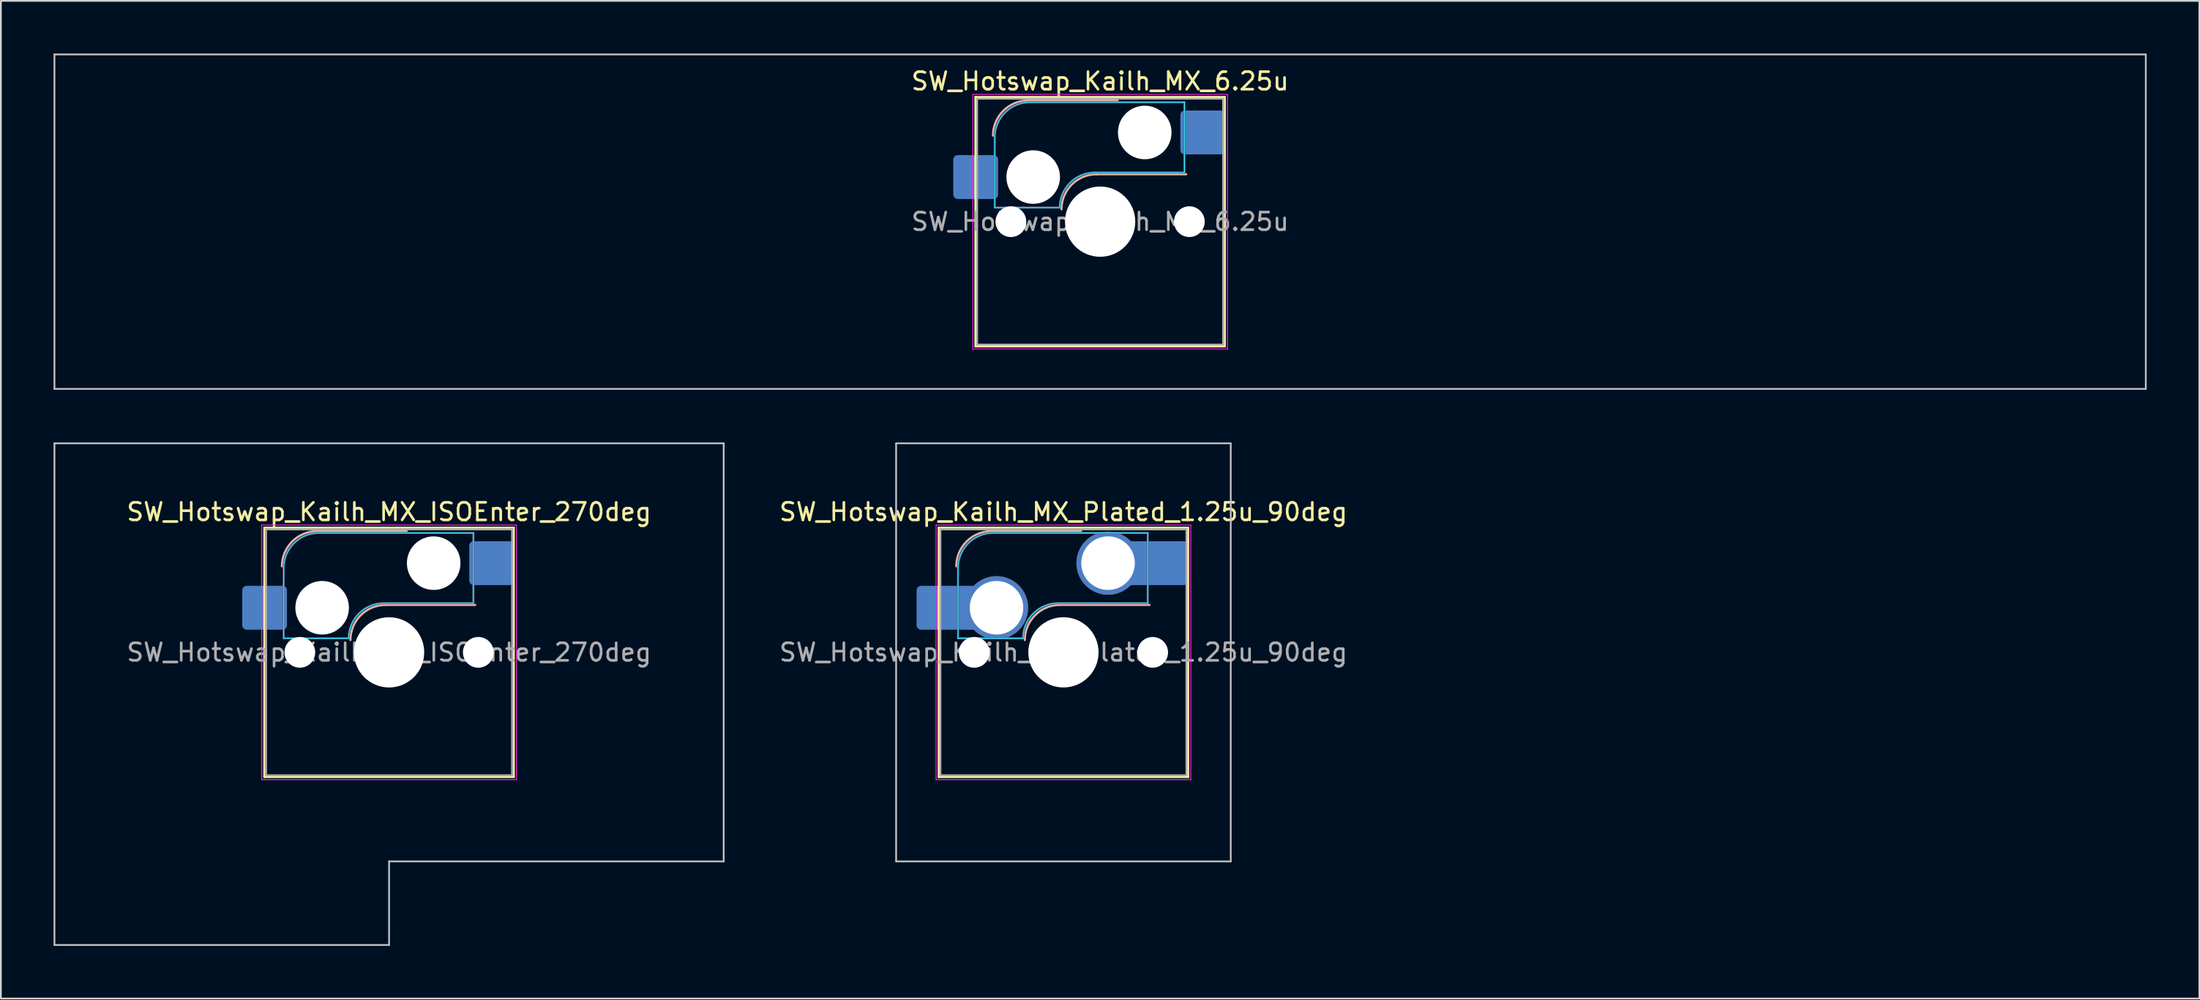
<source format=kicad_pcb>
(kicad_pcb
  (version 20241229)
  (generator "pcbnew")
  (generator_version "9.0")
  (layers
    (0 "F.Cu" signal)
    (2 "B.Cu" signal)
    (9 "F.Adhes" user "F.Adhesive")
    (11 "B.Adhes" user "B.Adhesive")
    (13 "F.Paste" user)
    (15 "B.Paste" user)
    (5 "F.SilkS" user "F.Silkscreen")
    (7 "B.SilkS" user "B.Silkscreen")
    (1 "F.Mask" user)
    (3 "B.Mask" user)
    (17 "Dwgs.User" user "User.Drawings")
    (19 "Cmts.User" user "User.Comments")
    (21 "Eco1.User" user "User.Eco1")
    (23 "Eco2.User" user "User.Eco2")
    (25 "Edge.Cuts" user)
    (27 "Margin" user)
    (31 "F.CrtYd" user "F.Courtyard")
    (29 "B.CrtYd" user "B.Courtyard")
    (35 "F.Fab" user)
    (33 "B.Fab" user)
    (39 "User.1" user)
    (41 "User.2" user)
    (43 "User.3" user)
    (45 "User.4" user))
  (footprint "SW_Hotswap_Kailh_MX_6.25u"
    (layer "F.Cu")
    (at 59.581 9.575)
    (property "Reference" "SW_Hotswap_Kailh_MX_6.25u" (at 0 -8 0) (layer "F.SilkS") (effects (font (size 1 1) (thickness 0.15))))
    (attr smd)
    (fp_line (start -7.1 -7.1) (end -7.1 7.1) (stroke (width 0.12) (type solid)) (layer "F.SilkS"))
    (fp_line (start -7.1 7.1) (end 7.1 7.1) (stroke (width 0.12) (type solid)) (layer "F.SilkS"))
    (fp_line (start 7.1 -7.1) (end -7.1 -7.1) (stroke (width 0.12) (type solid)) (layer "F.SilkS"))
    (fp_line (start 7.1 7.1) (end 7.1 -7.1) (stroke (width 0.12) (type solid)) (layer "F.SilkS"))
    (fp_line (start -4.1 -6.9) (end 1 -6.9) (stroke (width 0.12) (type solid)) (layer "B.SilkS"))
    (fp_line (start -0.2 -2.7) (end 4.9 -2.7) (stroke (width 0.12) (type solid)) (layer "B.SilkS"))
    (fp_arc (start -6.1 -4.9) (mid -5.514214 -6.314214) (end -4.1 -6.9) (stroke (width 0.12) (type solid)) (layer "B.SilkS"))
    (fp_arc (start -2.2 -0.7) (mid -1.614214 -2.114214) (end -0.2 -2.7) (stroke (width 0.12) (type solid)) (layer "B.SilkS"))
    (fp_line (start -59.531 -9.525) (end -59.531 9.525) (stroke (width 0.1) (type solid)) (layer "Dwgs.User"))
    (fp_line (start -59.531 9.525) (end 59.531 9.525) (stroke (width 0.1) (type solid)) (layer "Dwgs.User"))
    (fp_line (start 59.531 -9.525) (end -59.531 -9.525) (stroke (width 0.1) (type solid)) (layer "Dwgs.User"))
    (fp_line (start 59.531 9.525) (end 59.531 -9.525) (stroke (width 0.1) (type solid)) (layer "Dwgs.User"))
    (fp_line (start -7.8 -6) (end -7 -6) (stroke (width 0.1) (type solid)) (layer "Eco1.User"))
    (fp_line (start -7.8 -2.9) (end -7.8 -6) (stroke (width 0.1) (type solid)) (layer "Eco1.User"))
    (fp_line (start -7.8 2.9) (end -7 2.9) (stroke (width 0.1) (type solid)) (layer "Eco1.User"))
    (fp_line (start -7.8 6) (end -7.8 2.9) (stroke (width 0.1) (type solid)) (layer "Eco1.User"))
    (fp_line (start -7 -7) (end 7 -7) (stroke (width 0.1) (type solid)) (layer "Eco1.User"))
    (fp_line (start -7 -6) (end -7 -7) (stroke (width 0.1) (type solid)) (layer "Eco1.User"))
    (fp_line (start -7 -2.9) (end -7.8 -2.9) (stroke (width 0.1) (type solid)) (layer "Eco1.User"))
    (fp_line (start -7 2.9) (end -7 -2.9) (stroke (width 0.1) (type solid)) (layer "Eco1.User"))
    (fp_line (start -7 6) (end -7.8 6) (stroke (width 0.1) (type solid)) (layer "Eco1.User"))
    (fp_line (start -7 7) (end -7 6) (stroke (width 0.1) (type solid)) (layer "Eco1.User"))
    (fp_line (start 7 -7) (end 7 -6) (stroke (width 0.1) (type solid)) (layer "Eco1.User"))
    (fp_line (start 7 -6) (end 7.8 -6) (stroke (width 0.1) (type solid)) (layer "Eco1.User"))
    (fp_line (start 7 -2.9) (end 7 2.9) (stroke (width 0.1) (type solid)) (layer "Eco1.User"))
    (fp_line (start 7 2.9) (end 7.8 2.9) (stroke (width 0.1) (type solid)) (layer "Eco1.User"))
    (fp_line (start 7 6) (end 7 7) (stroke (width 0.1) (type solid)) (layer "Eco1.User"))
    (fp_line (start 7 7) (end -7 7) (stroke (width 0.1) (type solid)) (layer "Eco1.User"))
    (fp_line (start 7.8 -6) (end 7.8 -2.9) (stroke (width 0.1) (type solid)) (layer "Eco1.User"))
    (fp_line (start 7.8 -2.9) (end 7 -2.9) (stroke (width 0.1) (type solid)) (layer "Eco1.User"))
    (fp_line (start 7.8 2.9) (end 7.8 6) (stroke (width 0.1) (type solid)) (layer "Eco1.User"))
    (fp_line (start 7.8 6) (end 7 6) (stroke (width 0.1) (type solid)) (layer "Eco1.User"))
    (fp_line (start -6 -0.8) (end -6 -4.8) (stroke (width 0.05) (type solid)) (layer "B.CrtYd"))
    (fp_line (start -6 -0.8) (end -2.3 -0.8) (stroke (width 0.05) (type solid)) (layer "B.CrtYd"))
    (fp_line (start -4 -6.8) (end 4.8 -6.8) (stroke (width 0.05) (type solid)) (layer "B.CrtYd"))
    (fp_line (start -0.3 -2.8) (end 4.8 -2.8) (stroke (width 0.05) (type solid)) (layer "B.CrtYd"))
    (fp_line (start 4.8 -6.8) (end 4.8 -2.8) (stroke (width 0.05) (type solid)) (layer "B.CrtYd"))
    (fp_arc (start -6 -4.8) (mid -5.414214 -6.214214) (end -4 -6.8) (stroke (width 0.05) (type solid)) (layer "B.CrtYd"))
    (fp_arc (start -2.3 -0.8) (mid -1.714214 -2.214214) (end -0.3 -2.8) (stroke (width 0.05) (type solid)) (layer "B.CrtYd"))
    (fp_line (start -7.25 -7.25) (end -7.25 7.25) (stroke (width 0.05) (type solid)) (layer "F.CrtYd"))
    (fp_line (start -7.25 7.25) (end 7.25 7.25) (stroke (width 0.05) (type solid)) (layer "F.CrtYd"))
    (fp_line (start 7.25 -7.25) (end -7.25 -7.25) (stroke (width 0.05) (type solid)) (layer "F.CrtYd"))
    (fp_line (start 7.25 7.25) (end 7.25 -7.25) (stroke (width 0.05) (type solid)) (layer "F.CrtYd"))
    (fp_line (start -6 -0.8) (end -6 -4.8) (stroke (width 0.12) (type solid)) (layer "B.Fab"))
    (fp_line (start -6 -0.8) (end -2.3 -0.8) (stroke (width 0.12) (type solid)) (layer "B.Fab"))
    (fp_line (start -4 -6.8) (end 4.8 -6.8) (stroke (width 0.12) (type solid)) (layer "B.Fab"))
    (fp_line (start -0.3 -2.8) (end 4.8 -2.8) (stroke (width 0.12) (type solid)) (layer "B.Fab"))
    (fp_line (start 4.8 -6.8) (end 4.8 -2.8) (stroke (width 0.12) (type solid)) (layer "B.Fab"))
    (fp_arc (start -6 -4.8) (mid -5.414214 -6.214214) (end -4 -6.8) (stroke (width 0.12) (type solid)) (layer "B.Fab"))
    (fp_arc (start -2.3 -0.8) (mid -1.714214 -2.214214) (end -0.3 -2.8) (stroke (width 0.12) (type solid)) (layer "B.Fab"))
    (fp_line (start -7 -7) (end -7 7) (stroke (width 0.1) (type solid)) (layer "F.Fab"))
    (fp_line (start -7 7) (end 7 7) (stroke (width 0.1) (type solid)) (layer "F.Fab"))
    (fp_line (start 7 -7) (end -7 -7) (stroke (width 0.1) (type solid)) (layer "F.Fab"))
    (fp_line (start 7 7) (end 7 -7) (stroke (width 0.1) (type solid)) (layer "F.Fab"))
    (fp_text user "${REFERENCE}" (at 0 0 0) (layer "F.Fab") (effects (font (size 1 1) (thickness 0.15))))
    (pad "" np_thru_hole circle (at -5.08 0) (size 1.75 1.75) (drill 1.75) (layers "*.Cu" "*.Mask"))
    (pad "" np_thru_hole circle (at -3.81 -2.54) (size 3.05 3.05) (drill 3.05) (layers "*.Cu" "*.Mask"))
    (pad "" np_thru_hole circle (at 0 0) (size 4 4) (drill 4) (layers "*.Cu" "*.Mask"))
    (pad "" np_thru_hole circle (at 2.54 -5.08) (size 3.05 3.05) (drill 3.05) (layers "*.Cu" "*.Mask"))
    (pad "" np_thru_hole circle (at 5.08 0) (size 1.75 1.75) (drill 1.75) (layers "*.Cu" "*.Mask"))
    (pad "1" smd roundrect (at -7.085 -2.54) (size 2.55 2.5) (layers "B.Cu" "B.Mask" "B.Paste") (roundrect_rratio 0.1))
    (pad "2" smd roundrect (at 5.842 -5.08) (size 2.55 2.5) (layers "B.Cu" "B.Mask" "B.Paste") (roundrect_rratio 0.1)))
  (footprint "SW_Hotswap_Kailh_MX_ISOEnter_270deg"
    (layer "F.Cu")
    (at 19.1 34.106)
    (property "Reference" "SW_Hotswap_Kailh_MX_ISOEnter_270deg" (at 0 -8 0) (layer "F.SilkS") (effects (font (size 1 1) (thickness 0.15))))
    (attr smd)
    (fp_line (start -7.1 -7.1) (end -7.1 7.1) (stroke (width 0.12) (type solid)) (layer "F.SilkS"))
    (fp_line (start -7.1 7.1) (end 7.1 7.1) (stroke (width 0.12) (type solid)) (layer "F.SilkS"))
    (fp_line (start 7.1 -7.1) (end -7.1 -7.1) (stroke (width 0.12) (type solid)) (layer "F.SilkS"))
    (fp_line (start 7.1 7.1) (end 7.1 -7.1) (stroke (width 0.12) (type solid)) (layer "F.SilkS"))
    (fp_line (start -4.1 -6.9) (end 1 -6.9) (stroke (width 0.12) (type solid)) (layer "B.SilkS"))
    (fp_line (start -0.2 -2.7) (end 4.9 -2.7) (stroke (width 0.12) (type solid)) (layer "B.SilkS"))
    (fp_arc (start -6.1 -4.9) (mid -5.514214 -6.314214) (end -4.1 -6.9) (stroke (width 0.12) (type solid)) (layer "B.SilkS"))
    (fp_arc (start -2.2 -0.7) (mid -1.614214 -2.114214) (end -0.2 -2.7) (stroke (width 0.12) (type solid)) (layer "B.SilkS"))
    (fp_line (start -19.05 -11.906) (end -19.05 16.669) (stroke (width 0.1) (type solid)) (layer "Dwgs.User"))
    (fp_line (start -19.05 16.669) (end 0 16.669) (stroke (width 0.1) (type solid)) (layer "Dwgs.User"))
    (fp_line (start 0 11.906) (end 19.05 11.906) (stroke (width 0.1) (type solid)) (layer "Dwgs.User"))
    (fp_line (start 0 16.669) (end 0 11.906) (stroke (width 0.1) (type solid)) (layer "Dwgs.User"))
    (fp_line (start 19.05 -11.906) (end -19.05 -11.906) (stroke (width 0.1) (type solid)) (layer "Dwgs.User"))
    (fp_line (start 19.05 11.906) (end 19.05 -11.906) (stroke (width 0.1) (type solid)) (layer "Dwgs.User"))
    (fp_line (start -7.8 -6) (end -7 -6) (stroke (width 0.1) (type solid)) (layer "Eco1.User"))
    (fp_line (start -7.8 -2.9) (end -7.8 -6) (stroke (width 0.1) (type solid)) (layer "Eco1.User"))
    (fp_line (start -7.8 2.9) (end -7 2.9) (stroke (width 0.1) (type solid)) (layer "Eco1.User"))
    (fp_line (start -7.8 6) (end -7.8 2.9) (stroke (width 0.1) (type solid)) (layer "Eco1.User"))
    (fp_line (start -7 -7) (end 7 -7) (stroke (width 0.1) (type solid)) (layer "Eco1.User"))
    (fp_line (start -7 -6) (end -7 -7) (stroke (width 0.1) (type solid)) (layer "Eco1.User"))
    (fp_line (start -7 -2.9) (end -7.8 -2.9) (stroke (width 0.1) (type solid)) (layer "Eco1.User"))
    (fp_line (start -7 2.9) (end -7 -2.9) (stroke (width 0.1) (type solid)) (layer "Eco1.User"))
    (fp_line (start -7 6) (end -7.8 6) (stroke (width 0.1) (type solid)) (layer "Eco1.User"))
    (fp_line (start -7 7) (end -7 6) (stroke (width 0.1) (type solid)) (layer "Eco1.User"))
    (fp_line (start 7 -7) (end 7 -6) (stroke (width 0.1) (type solid)) (layer "Eco1.User"))
    (fp_line (start 7 -6) (end 7.8 -6) (stroke (width 0.1) (type solid)) (layer "Eco1.User"))
    (fp_line (start 7 -2.9) (end 7 2.9) (stroke (width 0.1) (type solid)) (layer "Eco1.User"))
    (fp_line (start 7 2.9) (end 7.8 2.9) (stroke (width 0.1) (type solid)) (layer "Eco1.User"))
    (fp_line (start 7 6) (end 7 7) (stroke (width 0.1) (type solid)) (layer "Eco1.User"))
    (fp_line (start 7 7) (end -7 7) (stroke (width 0.1) (type solid)) (layer "Eco1.User"))
    (fp_line (start 7.8 -6) (end 7.8 -2.9) (stroke (width 0.1) (type solid)) (layer "Eco1.User"))
    (fp_line (start 7.8 -2.9) (end 7 -2.9) (stroke (width 0.1) (type solid)) (layer "Eco1.User"))
    (fp_line (start 7.8 2.9) (end 7.8 6) (stroke (width 0.1) (type solid)) (layer "Eco1.User"))
    (fp_line (start 7.8 6) (end 7 6) (stroke (width 0.1) (type solid)) (layer "Eco1.User"))
    (fp_line (start -6 -0.8) (end -6 -4.8) (stroke (width 0.05) (type solid)) (layer "B.CrtYd"))
    (fp_line (start -6 -0.8) (end -2.3 -0.8) (stroke (width 0.05) (type solid)) (layer "B.CrtYd"))
    (fp_line (start -4 -6.8) (end 4.8 -6.8) (stroke (width 0.05) (type solid)) (layer "B.CrtYd"))
    (fp_line (start -0.3 -2.8) (end 4.8 -2.8) (stroke (width 0.05) (type solid)) (layer "B.CrtYd"))
    (fp_line (start 4.8 -6.8) (end 4.8 -2.8) (stroke (width 0.05) (type solid)) (layer "B.CrtYd"))
    (fp_arc (start -6 -4.8) (mid -5.414214 -6.214214) (end -4 -6.8) (stroke (width 0.05) (type solid)) (layer "B.CrtYd"))
    (fp_arc (start -2.3 -0.8) (mid -1.714214 -2.214214) (end -0.3 -2.8) (stroke (width 0.05) (type solid)) (layer "B.CrtYd"))
    (fp_line (start -7.25 -7.25) (end -7.25 7.25) (stroke (width 0.05) (type solid)) (layer "F.CrtYd"))
    (fp_line (start -7.25 7.25) (end 7.25 7.25) (stroke (width 0.05) (type solid)) (layer "F.CrtYd"))
    (fp_line (start 7.25 -7.25) (end -7.25 -7.25) (stroke (width 0.05) (type solid)) (layer "F.CrtYd"))
    (fp_line (start 7.25 7.25) (end 7.25 -7.25) (stroke (width 0.05) (type solid)) (layer "F.CrtYd"))
    (fp_line (start -6 -0.8) (end -6 -4.8) (stroke (width 0.12) (type solid)) (layer "B.Fab"))
    (fp_line (start -6 -0.8) (end -2.3 -0.8) (stroke (width 0.12) (type solid)) (layer "B.Fab"))
    (fp_line (start -4 -6.8) (end 4.8 -6.8) (stroke (width 0.12) (type solid)) (layer "B.Fab"))
    (fp_line (start -0.3 -2.8) (end 4.8 -2.8) (stroke (width 0.12) (type solid)) (layer "B.Fab"))
    (fp_line (start 4.8 -6.8) (end 4.8 -2.8) (stroke (width 0.12) (type solid)) (layer "B.Fab"))
    (fp_arc (start -6 -4.8) (mid -5.414214 -6.214214) (end -4 -6.8) (stroke (width 0.12) (type solid)) (layer "B.Fab"))
    (fp_arc (start -2.3 -0.8) (mid -1.714214 -2.214214) (end -0.3 -2.8) (stroke (width 0.12) (type solid)) (layer "B.Fab"))
    (fp_line (start -7 -7) (end -7 7) (stroke (width 0.1) (type solid)) (layer "F.Fab"))
    (fp_line (start -7 7) (end 7 7) (stroke (width 0.1) (type solid)) (layer "F.Fab"))
    (fp_line (start 7 -7) (end -7 -7) (stroke (width 0.1) (type solid)) (layer "F.Fab"))
    (fp_line (start 7 7) (end 7 -7) (stroke (width 0.1) (type solid)) (layer "F.Fab"))
    (fp_text user "${REFERENCE}" (at 0 0 0) (layer "F.Fab") (effects (font (size 1 1) (thickness 0.15))))
    (pad "" np_thru_hole circle (at -5.08 0) (size 1.75 1.75) (drill 1.75) (layers "*.Cu" "*.Mask"))
    (pad "" np_thru_hole circle (at -3.81 -2.54) (size 3.05 3.05) (drill 3.05) (layers "*.Cu" "*.Mask"))
    (pad "" np_thru_hole circle (at 0 0) (size 4 4) (drill 4) (layers "*.Cu" "*.Mask"))
    (pad "" np_thru_hole circle (at 2.54 -5.08) (size 3.05 3.05) (drill 3.05) (layers "*.Cu" "*.Mask"))
    (pad "" np_thru_hole circle (at 5.08 0) (size 1.75 1.75) (drill 1.75) (layers "*.Cu" "*.Mask"))
    (pad "1" smd roundrect (at -7.085 -2.54) (size 2.55 2.5) (layers "B.Cu" "B.Mask" "B.Paste") (roundrect_rratio 0.1))
    (pad "2" smd roundrect (at 5.842 -5.08) (size 2.55 2.5) (layers "B.Cu" "B.Mask" "B.Paste") (roundrect_rratio 0.1)))
  (footprint "SW_Hotswap_Kailh_MX_Plated_1.25u_90deg"
    (layer "F.Cu")
    (at 57.492 34.106)
    (property "Reference" "SW_Hotswap_Kailh_MX_Plated_1.25u_90deg" (at 0 -8 0) (layer "F.SilkS") (effects (font (size 1 1) (thickness 0.15))))
    (attr smd)
    (fp_line (start -7.1 -7.1) (end -7.1 7.1) (stroke (width 0.12) (type solid)) (layer "F.SilkS"))
    (fp_line (start -7.1 7.1) (end 7.1 7.1) (stroke (width 0.12) (type solid)) (layer "F.SilkS"))
    (fp_line (start 7.1 -7.1) (end -7.1 -7.1) (stroke (width 0.12) (type solid)) (layer "F.SilkS"))
    (fp_line (start 7.1 7.1) (end 7.1 -7.1) (stroke (width 0.12) (type solid)) (layer "F.SilkS"))
    (fp_line (start -4.1 -6.9) (end 1 -6.9) (stroke (width 0.12) (type solid)) (layer "B.SilkS"))
    (fp_line (start -0.2 -2.7) (end 4.9 -2.7) (stroke (width 0.12) (type solid)) (layer "B.SilkS"))
    (fp_arc (start -6.1 -4.9) (mid -5.514214 -6.314214) (end -4.1 -6.9) (stroke (width 0.12) (type solid)) (layer "B.SilkS"))
    (fp_arc (start -2.2 -0.7) (mid -1.614214 -2.114214) (end -0.2 -2.7) (stroke (width 0.12) (type solid)) (layer "B.SilkS"))
    (fp_line (start -9.525 -11.906) (end 9.525 -11.906) (stroke (width 0.1) (type solid)) (layer "Dwgs.User"))
    (fp_line (start -9.525 11.906) (end -9.525 -11.906) (stroke (width 0.1) (type solid)) (layer "Dwgs.User"))
    (fp_line (start 9.525 -11.906) (end 9.525 11.906) (stroke (width 0.1) (type solid)) (layer "Dwgs.User"))
    (fp_line (start 9.525 11.906) (end -9.525 11.906) (stroke (width 0.1) (type solid)) (layer "Dwgs.User"))
    (fp_line (start -7.8 -6) (end -7 -6) (stroke (width 0.1) (type solid)) (layer "Eco1.User"))
    (fp_line (start -7.8 -2.9) (end -7.8 -6) (stroke (width 0.1) (type solid)) (layer "Eco1.User"))
    (fp_line (start -7.8 2.9) (end -7 2.9) (stroke (width 0.1) (type solid)) (layer "Eco1.User"))
    (fp_line (start -7.8 6) (end -7.8 2.9) (stroke (width 0.1) (type solid)) (layer "Eco1.User"))
    (fp_line (start -7 -7) (end 7 -7) (stroke (width 0.1) (type solid)) (layer "Eco1.User"))
    (fp_line (start -7 -6) (end -7 -7) (stroke (width 0.1) (type solid)) (layer "Eco1.User"))
    (fp_line (start -7 -2.9) (end -7.8 -2.9) (stroke (width 0.1) (type solid)) (layer "Eco1.User"))
    (fp_line (start -7 2.9) (end -7 -2.9) (stroke (width 0.1) (type solid)) (layer "Eco1.User"))
    (fp_line (start -7 6) (end -7.8 6) (stroke (width 0.1) (type solid)) (layer "Eco1.User"))
    (fp_line (start -7 7) (end -7 6) (stroke (width 0.1) (type solid)) (layer "Eco1.User"))
    (fp_line (start 7 -7) (end 7 -6) (stroke (width 0.1) (type solid)) (layer "Eco1.User"))
    (fp_line (start 7 -6) (end 7.8 -6) (stroke (width 0.1) (type solid)) (layer "Eco1.User"))
    (fp_line (start 7 -2.9) (end 7 2.9) (stroke (width 0.1) (type solid)) (layer "Eco1.User"))
    (fp_line (start 7 2.9) (end 7.8 2.9) (stroke (width 0.1) (type solid)) (layer "Eco1.User"))
    (fp_line (start 7 6) (end 7 7) (stroke (width 0.1) (type solid)) (layer "Eco1.User"))
    (fp_line (start 7 7) (end -7 7) (stroke (width 0.1) (type solid)) (layer "Eco1.User"))
    (fp_line (start 7.8 -6) (end 7.8 -2.9) (stroke (width 0.1) (type solid)) (layer "Eco1.User"))
    (fp_line (start 7.8 -2.9) (end 7 -2.9) (stroke (width 0.1) (type solid)) (layer "Eco1.User"))
    (fp_line (start 7.8 2.9) (end 7.8 6) (stroke (width 0.1) (type solid)) (layer "Eco1.User"))
    (fp_line (start 7.8 6) (end 7 6) (stroke (width 0.1) (type solid)) (layer "Eco1.User"))
    (fp_line (start -6 -0.8) (end -6 -4.8) (stroke (width 0.05) (type solid)) (layer "B.CrtYd"))
    (fp_line (start -6 -0.8) (end -2.3 -0.8) (stroke (width 0.05) (type solid)) (layer "B.CrtYd"))
    (fp_line (start -4 -6.8) (end 4.8 -6.8) (stroke (width 0.05) (type solid)) (layer "B.CrtYd"))
    (fp_line (start -0.3 -2.8) (end 4.8 -2.8) (stroke (width 0.05) (type solid)) (layer "B.CrtYd"))
    (fp_line (start 4.8 -6.8) (end 4.8 -2.8) (stroke (width 0.05) (type solid)) (layer "B.CrtYd"))
    (fp_arc (start -6 -4.8) (mid -5.414214 -6.214214) (end -4 -6.8) (stroke (width 0.05) (type solid)) (layer "B.CrtYd"))
    (fp_arc (start -2.3 -0.8) (mid -1.714214 -2.214214) (end -0.3 -2.8) (stroke (width 0.05) (type solid)) (layer "B.CrtYd"))
    (fp_line (start -7.25 -7.25) (end -7.25 7.25) (stroke (width 0.05) (type solid)) (layer "F.CrtYd"))
    (fp_line (start -7.25 7.25) (end 7.25 7.25) (stroke (width 0.05) (type solid)) (layer "F.CrtYd"))
    (fp_line (start 7.25 -7.25) (end -7.25 -7.25) (stroke (width 0.05) (type solid)) (layer "F.CrtYd"))
    (fp_line (start 7.25 7.25) (end 7.25 -7.25) (stroke (width 0.05) (type solid)) (layer "F.CrtYd"))
    (fp_line (start -6 -0.8) (end -6 -4.8) (stroke (width 0.12) (type solid)) (layer "B.Fab"))
    (fp_line (start -6 -0.8) (end -2.3 -0.8) (stroke (width 0.12) (type solid)) (layer "B.Fab"))
    (fp_line (start -4 -6.8) (end 4.8 -6.8) (stroke (width 0.12) (type solid)) (layer "B.Fab"))
    (fp_line (start -0.3 -2.8) (end 4.8 -2.8) (stroke (width 0.12) (type solid)) (layer "B.Fab"))
    (fp_line (start 4.8 -6.8) (end 4.8 -2.8) (stroke (width 0.12) (type solid)) (layer "B.Fab"))
    (fp_arc (start -6 -4.8) (mid -5.414214 -6.214214) (end -4 -6.8) (stroke (width 0.12) (type solid)) (layer "B.Fab"))
    (fp_arc (start -2.3 -0.8) (mid -1.714214 -2.214214) (end -0.3 -2.8) (stroke (width 0.12) (type solid)) (layer "B.Fab"))
    (fp_line (start -7 -7) (end -7 7) (stroke (width 0.1) (type solid)) (layer "F.Fab"))
    (fp_line (start -7 7) (end 7 7) (stroke (width 0.1) (type solid)) (layer "F.Fab"))
    (fp_line (start 7 -7) (end -7 -7) (stroke (width 0.1) (type solid)) (layer "F.Fab"))
    (fp_line (start 7 7) (end 7 -7) (stroke (width 0.1) (type solid)) (layer "F.Fab"))
    (fp_text user "${REFERENCE}" (at 0 0 0) (layer "F.Fab") (effects (font (size 1 1) (thickness 0.15))))
    (pad "" smd roundrect (at -7.085 -2.54) (size 2.55 2.5) (layers "B.Mask" "B.Paste") (roundrect_rratio 0.1))
    (pad "" np_thru_hole circle (at -5.08 0) (size 1.75 1.75) (drill 1.75) (layers "*.Cu" "*.Mask"))
    (pad "" np_thru_hole circle (at 0 0) (size 4 4) (drill 4) (layers "*.Cu" "*.Mask"))
    (pad "" np_thru_hole circle (at 5.08 0) (size 1.75 1.75) (drill 1.75) (layers "*.Cu" "*.Mask"))
    (pad "" smd roundrect (at 5.842 -5.08) (size 2.55 2.5) (layers "B.Mask" "B.Paste") (roundrect_rratio 0.1))
    (pad "1" smd roundrect (at -6.585 -2.54) (size 3.55 2.5) (layers "B.Cu") (roundrect_rratio 0.1))
    (pad "1" thru_hole circle (at -3.81 -2.54) (size 3.6 3.6) (drill 3.05) (layers "*.Cu" "*.Mask"))
    (pad "2" thru_hole circle (at 2.54 -5.08) (size 3.6 3.6) (drill 3.05) (layers "*.Cu" "*.Mask"))
    (pad "2" smd roundrect (at 5.32 -5.08) (size 3.55 2.5) (layers "B.Cu") (roundrect_rratio 0.1)))
  (gr_rect
    (start -3 -3)
    (end 122.162 53.825)
    (stroke (width 0.1) (type default))
    (fill no)
    (layer "Edge.Cuts")))
</source>
